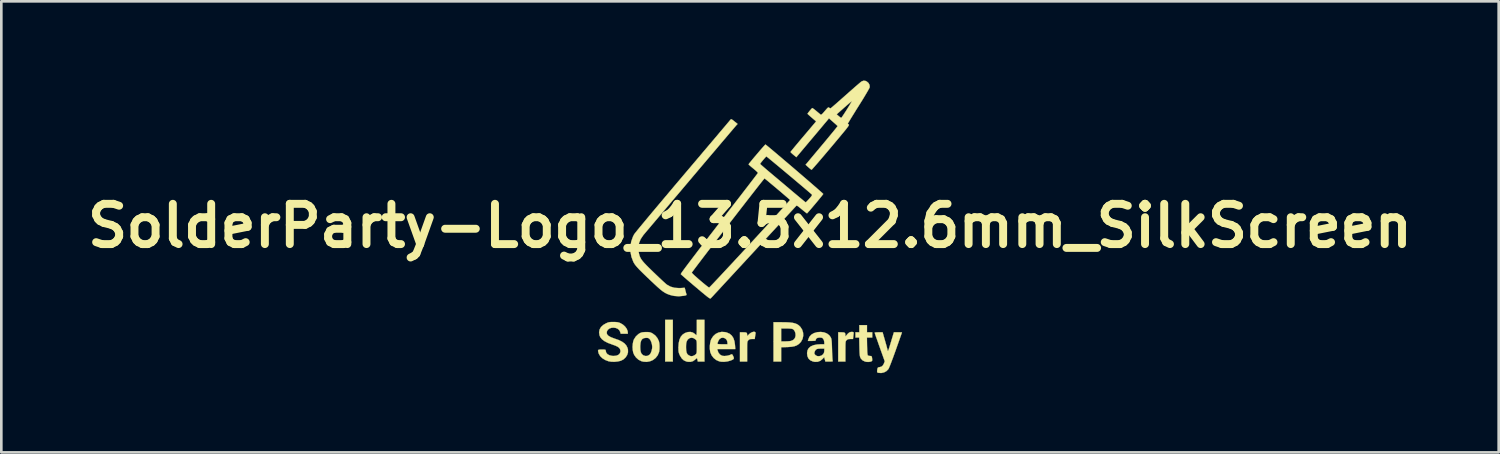
<source format=kicad_pcb>
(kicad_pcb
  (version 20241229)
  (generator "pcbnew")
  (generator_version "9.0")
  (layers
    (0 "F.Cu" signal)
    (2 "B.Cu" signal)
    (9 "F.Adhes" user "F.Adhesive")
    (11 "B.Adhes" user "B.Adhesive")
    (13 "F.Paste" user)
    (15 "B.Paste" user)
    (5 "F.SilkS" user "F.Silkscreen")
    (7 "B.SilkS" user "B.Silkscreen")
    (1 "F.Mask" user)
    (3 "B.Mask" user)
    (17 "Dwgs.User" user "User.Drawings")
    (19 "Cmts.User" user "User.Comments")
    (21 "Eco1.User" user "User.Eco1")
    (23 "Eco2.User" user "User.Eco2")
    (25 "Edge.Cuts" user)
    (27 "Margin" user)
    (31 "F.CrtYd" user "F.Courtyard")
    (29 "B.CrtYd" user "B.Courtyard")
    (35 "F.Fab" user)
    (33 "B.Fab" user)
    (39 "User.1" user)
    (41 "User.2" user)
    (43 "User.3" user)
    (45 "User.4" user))
  (footprint "SolderParty-Logo_13.5x12.6mm_SilkScreen"
    (layer "F.Cu")
    (at 25.335 5.498)
    (property "Reference" "SolderParty-Logo_13.5x12.6mm_SilkScreen" (at 0 0 0) (layer "F.SilkS") (effects (font (size 1.524 1.524) (thickness 0.3))))
    (attr through_hole)
    (fp_poly (pts (xy -2.921 5.134) (xy -3.211 5.134) (xy -3.211 3.556) (xy -2.921 3.556) (xy -2.921 5.134)) (stroke (width 0.01) (type solid)) (fill yes) (layer "F.SilkS"))
    (fp_poly (pts (xy 0.204 4.027) (xy 0.211 4.063) (xy 0.21 4.068) (xy 0.203 4.111) (xy 0.194 4.171) (xy 0.19 4.196) (xy 0.179 4.282) (xy 0.08 4.282) (xy 0.017 4.285) (xy -0.024 4.296) (xy -0.057 4.322) (xy -0.064 4.33) (xy -0.079 4.347) (xy -0.09 4.364) (xy -0.098 4.388) (xy -0.103 4.422) (xy -0.107 4.473) (xy -0.108 4.546) (xy -0.109 4.645) (xy -0.109 4.756) (xy -0.109 5.134) (xy -0.381 5.134) (xy -0.381 4.028) (xy -0.256 4.028) (xy -0.183 4.03) (xy -0.139 4.04) (xy -0.117 4.063) (xy -0.109 4.104) (xy -0.109 4.132) (xy -0.108 4.157) (xy -0.1 4.163) (xy -0.079 4.146) (xy -0.041 4.105) (xy 0.013 4.059) (xy 0.071 4.027) (xy 0.127 4.01) (xy 0.173 4.01) (xy 0.204 4.027)) (stroke (width 0.01) (type solid)) (fill yes) (layer "F.SilkS"))
    (fp_poly (pts (xy 3.912 4.024) (xy 3.925 4.046) (xy 3.921 4.078) (xy 3.915 4.133) (xy 3.91 4.177) (xy 3.898 4.282) (xy 3.799 4.282) (xy 3.734 4.285) (xy 3.691 4.298) (xy 3.656 4.325) (xy 3.655 4.326) (xy 3.64 4.342) (xy 3.629 4.358) (xy 3.621 4.381) (xy 3.616 4.415) (xy 3.613 4.464) (xy 3.611 4.536) (xy 3.611 4.633) (xy 3.61 4.753) (xy 3.61 5.134) (xy 3.338 5.134) (xy 3.338 4.028) (xy 3.463 4.028) (xy 3.536 4.03) (xy 3.579 4.042) (xy 3.602 4.069) (xy 3.609 4.117) (xy 3.61 4.153) (xy 3.612 4.176) (xy 3.622 4.176) (xy 3.644 4.15) (xy 3.663 4.124) (xy 3.706 4.076) (xy 3.753 4.038) (xy 3.77 4.029) (xy 3.824 4.014) (xy 3.875 4.013) (xy 3.912 4.024)) (stroke (width 0.01) (type solid)) (fill yes) (layer "F.SilkS"))
    (fp_poly (pts (xy 4.427 4.028) (xy 4.626 4.028) (xy 4.626 4.227) (xy 4.425 4.227) (xy 4.43 4.553) (xy 4.434 4.686) (xy 4.438 4.784) (xy 4.445 4.852) (xy 4.453 4.891) (xy 4.459 4.901) (xy 4.491 4.917) (xy 4.54 4.924) (xy 4.544 4.924) (xy 4.584 4.926) (xy 4.604 4.941) (xy 4.615 4.977) (xy 4.619 5.002) (xy 4.624 5.056) (xy 4.623 5.097) (xy 4.621 5.104) (xy 4.595 5.128) (xy 4.543 5.143) (xy 4.476 5.15) (xy 4.406 5.146) (xy 4.353 5.135) (xy 4.261 5.091) (xy 4.195 5.021) (xy 4.18 4.993) (xy 4.168 4.963) (xy 4.159 4.925) (xy 4.152 4.873) (xy 4.147 4.802) (xy 4.143 4.706) (xy 4.14 4.579) (xy 4.14 4.577) (xy 4.133 4.227) (xy 3.991 4.227) (xy 3.991 4.028) (xy 4.137 4.028) (xy 4.137 3.756) (xy 4.427 3.756) (xy 4.427 4.028)) (stroke (width 0.01) (type solid)) (fill yes) (layer "F.SilkS"))
    (fp_poly (pts (xy 1.364 3.649) (xy 1.504 3.656) (xy 1.616 3.67) (xy 1.707 3.692) (xy 1.781 3.722) (xy 1.843 3.762) (xy 1.897 3.814) (xy 1.909 3.827) (xy 1.974 3.929) (xy 2.009 4.043) (xy 2.014 4.161) (xy 1.989 4.276) (xy 1.934 4.38) (xy 1.903 4.418) (xy 1.839 4.478) (xy 1.769 4.523) (xy 1.687 4.554) (xy 1.586 4.574) (xy 1.458 4.585) (xy 1.411 4.587) (xy 1.179 4.594) (xy 1.179 5.134) (xy 0.889 5.134) (xy 0.889 3.883) (xy 1.179 3.883) (xy 1.179 4.372) (xy 1.329 4.372) (xy 1.41 4.37) (xy 1.487 4.364) (xy 1.545 4.356) (xy 1.551 4.355) (xy 1.624 4.323) (xy 1.674 4.282) (xy 1.711 4.218) (xy 1.725 4.141) (xy 1.718 4.06) (xy 1.692 3.986) (xy 1.649 3.928) (xy 1.604 3.9) (xy 1.567 3.893) (xy 1.503 3.887) (xy 1.424 3.883) (xy 1.369 3.883) (xy 1.179 3.883) (xy 0.889 3.883) (xy 0.889 3.647) (xy 1.194 3.647) (xy 1.364 3.649)) (stroke (width 0.01) (type solid)) (fill yes) (layer "F.SilkS"))
    (fp_poly (pts (xy -0.938 4.021) (xy -0.882 4.035) (xy -0.773 4.083) (xy -0.689 4.154) (xy -0.627 4.25) (xy -0.587 4.374) (xy -0.569 4.504) (xy -0.557 4.663) (xy -1.237 4.663) (xy -1.224 4.722) (xy -1.191 4.806) (xy -1.134 4.873) (xy -1.061 4.914) (xy -1.051 4.917) (xy -0.973 4.926) (xy -0.879 4.918) (xy -0.786 4.896) (xy -0.729 4.873) (xy -0.698 4.859) (xy -0.678 4.861) (xy -0.66 4.885) (xy -0.637 4.929) (xy -0.615 4.982) (xy -0.612 5.02) (xy -0.633 5.049) (xy -0.682 5.075) (xy -0.741 5.099) (xy -0.854 5.13) (xy -0.976 5.145) (xy -1.092 5.142) (xy -1.164 5.128) (xy -1.277 5.078) (xy -1.376 5) (xy -1.453 4.9) (xy -1.502 4.785) (xy -1.507 4.763) (xy -1.521 4.656) (xy -1.521 4.538) (xy -1.512 4.466) (xy -1.234 4.466) (xy -1.217 4.472) (xy -1.171 4.477) (xy -1.104 4.48) (xy -1.043 4.481) (xy -0.853 4.481) (xy -0.853 4.426) (xy -0.867 4.349) (xy -0.905 4.289) (xy -0.96 4.249) (xy -1.024 4.232) (xy -1.09 4.242) (xy -1.151 4.281) (xy -1.157 4.288) (xy -1.185 4.33) (xy -1.212 4.387) (xy -1.23 4.441) (xy -1.234 4.466) (xy -1.512 4.466) (xy -1.507 4.423) (xy -1.482 4.323) (xy -1.469 4.292) (xy -1.396 4.178) (xy -1.303 4.092) (xy -1.193 4.037) (xy -1.07 4.012) (xy -0.938 4.021)) (stroke (width 0.01) (type solid)) (fill yes) (layer "F.SilkS"))
    (fp_poly (pts (xy -3.857 4.02) (xy -3.8 4.026) (xy -3.754 4.039) (xy -3.704 4.063) (xy -3.683 4.075) (xy -3.583 4.15) (xy -3.503 4.25) (xy -3.449 4.364) (xy -3.445 4.379) (xy -3.431 4.46) (xy -3.425 4.56) (xy -3.427 4.664) (xy -3.438 4.754) (xy -3.445 4.784) (xy -3.495 4.901) (xy -3.572 4.999) (xy -3.67 5.075) (xy -3.784 5.125) (xy -3.908 5.148) (xy -4.037 5.14) (xy -4.118 5.118) (xy -4.222 5.064) (xy -4.313 4.982) (xy -4.384 4.882) (xy -4.42 4.795) (xy -4.439 4.695) (xy -4.444 4.585) (xy -4.155 4.585) (xy -4.149 4.7) (xy -4.131 4.785) (xy -4.099 4.847) (xy -4.049 4.892) (xy -4.028 4.904) (xy -3.946 4.927) (xy -3.867 4.916) (xy -3.798 4.872) (xy -3.789 4.863) (xy -3.754 4.808) (xy -3.725 4.73) (xy -3.706 4.644) (xy -3.701 4.581) (xy -3.71 4.493) (xy -3.734 4.404) (xy -3.768 4.328) (xy -3.792 4.293) (xy -3.828 4.258) (xy -3.865 4.242) (xy -3.917 4.238) (xy -3.935 4.238) (xy -4.015 4.249) (xy -4.076 4.282) (xy -4.118 4.339) (xy -4.143 4.424) (xy -4.154 4.54) (xy -4.155 4.585) (xy -4.444 4.585) (xy -4.444 4.58) (xy -4.437 4.465) (xy -4.417 4.362) (xy -4.394 4.299) (xy -4.321 4.186) (xy -4.224 4.096) (xy -4.165 4.059) (xy -4.115 4.038) (xy -4.058 4.026) (xy -3.981 4.02) (xy -3.937 4.019) (xy -3.857 4.02)) (stroke (width 0.01) (type solid)) (fill yes) (layer "F.SilkS"))
    (fp_poly (pts (xy 5.113 4.359) (xy 5.143 4.464) (xy 5.169 4.557) (xy 5.189 4.634) (xy 5.203 4.688) (xy 5.208 4.712) (xy 5.208 4.713) (xy 5.216 4.734) (xy 5.221 4.735) (xy 5.231 4.719) (xy 5.248 4.674) (xy 5.27 4.609) (xy 5.294 4.531) (xy 5.324 4.43) (xy 5.356 4.324) (xy 5.385 4.227) (xy 5.4 4.177) (xy 5.445 4.028) (xy 5.598 4.028) (xy 5.668 4.028) (xy 5.72 4.03) (xy 5.748 4.031) (xy 5.751 4.032) (xy 5.745 4.05) (xy 5.728 4.098) (xy 5.702 4.173) (xy 5.667 4.27) (xy 5.626 4.387) (xy 5.579 4.52) (xy 5.528 4.664) (xy 5.518 4.694) (xy 5.46 4.854) (xy 5.406 5.003) (xy 5.356 5.135) (xy 5.313 5.247) (xy 5.277 5.335) (xy 5.25 5.396) (xy 5.235 5.424) (xy 5.163 5.497) (xy 5.071 5.546) (xy 4.965 5.569) (xy 4.856 5.561) (xy 4.84 5.557) (xy 4.819 5.546) (xy 4.81 5.52) (xy 4.812 5.473) (xy 4.819 5.422) (xy 4.83 5.379) (xy 4.85 5.358) (xy 4.893 5.348) (xy 4.902 5.347) (xy 4.974 5.327) (xy 5.026 5.284) (xy 5.066 5.213) (xy 5.071 5.2) (xy 5.099 5.125) (xy 4.908 4.59) (xy 4.861 4.458) (xy 4.819 4.337) (xy 4.781 4.231) (xy 4.751 4.145) (xy 4.73 4.082) (xy 4.719 4.047) (xy 4.717 4.041) (xy 4.734 4.035) (xy 4.778 4.03) (xy 4.842 4.028) (xy 4.867 4.028) (xy 5.018 4.028) (xy 5.113 4.359)) (stroke (width 0.01) (type solid)) (fill yes) (layer "F.SilkS"))
    (fp_poly (pts (xy -1.724 5.134) (xy -1.976 5.134) (xy -1.988 5.071) (xy -1.999 5.029) (xy -2.011 5.008) (xy -2.012 5.007) (xy -2.032 5.019) (xy -2.065 5.049) (xy -2.077 5.062) (xy -2.157 5.12) (xy -2.253 5.147) (xy -2.363 5.143) (xy -2.413 5.131) (xy -2.506 5.089) (xy -2.583 5.018) (xy -2.647 4.916) (xy -2.655 4.901) (xy -2.681 4.841) (xy -2.697 4.792) (xy -2.706 4.741) (xy -2.709 4.675) (xy -2.709 4.599) (xy -2.709 4.59) (xy -2.421 4.59) (xy -2.417 4.705) (xy -2.402 4.79) (xy -2.374 4.85) (xy -2.33 4.891) (xy -2.298 4.908) (xy -2.255 4.927) (xy -2.225 4.933) (xy -2.191 4.929) (xy -2.162 4.924) (xy -2.109 4.902) (xy -2.06 4.867) (xy -2.059 4.867) (xy -2.041 4.846) (xy -2.028 4.825) (xy -2.02 4.795) (xy -2.016 4.751) (xy -2.014 4.684) (xy -2.014 4.588) (xy -2.014 4.582) (xy -2.014 4.485) (xy -2.016 4.417) (xy -2.02 4.372) (xy -2.027 4.342) (xy -2.04 4.321) (xy -2.058 4.302) (xy -2.064 4.297) (xy -2.137 4.248) (xy -2.214 4.233) (xy -2.287 4.249) (xy -2.35 4.296) (xy -2.381 4.342) (xy -2.401 4.387) (xy -2.413 4.436) (xy -2.419 4.5) (xy -2.421 4.589) (xy -2.421 4.59) (xy -2.709 4.59) (xy -2.699 4.437) (xy -2.669 4.303) (xy -2.62 4.196) (xy -2.55 4.114) (xy -2.462 4.056) (xy -2.358 4.02) (xy -2.257 4.013) (xy -2.166 4.036) (xy -2.09 4.087) (xy -2.079 4.098) (xy -2.049 4.126) (xy -2.029 4.137) (xy -2.024 4.119) (xy -2.02 4.072) (xy -2.016 4.001) (xy -2.014 3.911) (xy -2.014 3.846) (xy -2.014 3.556) (xy -1.724 3.556) (xy -1.724 5.134)) (stroke (width 0.01) (type solid)) (fill yes) (layer "F.SilkS"))
    (fp_poly (pts (xy 2.804 4.031) (xy 2.912 4.074) (xy 2.999 4.14) (xy 3.055 4.218) (xy 3.068 4.246) (xy 3.078 4.277) (xy 3.085 4.318) (xy 3.091 4.373) (xy 3.096 4.448) (xy 3.1 4.549) (xy 3.104 4.68) (xy 3.104 4.681) (xy 3.107 4.798) (xy 3.112 4.904) (xy 3.117 4.993) (xy 3.122 5.059) (xy 3.127 5.097) (xy 3.128 5.103) (xy 3.132 5.118) (xy 3.122 5.128) (xy 3.091 5.133) (xy 3.033 5.134) (xy 2.998 5.134) (xy 2.853 5.134) (xy 2.807 4.97) (xy 2.748 5.034) (xy 2.661 5.106) (xy 2.562 5.144) (xy 2.452 5.147) (xy 2.379 5.132) (xy 2.282 5.088) (xy 2.213 5.021) (xy 2.172 4.931) (xy 2.159 4.82) (xy 2.163 4.794) (xy 2.435 4.794) (xy 2.438 4.84) (xy 2.469 4.884) (xy 2.476 4.89) (xy 2.535 4.926) (xy 2.61 4.934) (xy 2.688 4.915) (xy 2.703 4.908) (xy 2.769 4.858) (xy 2.804 4.789) (xy 2.812 4.722) (xy 2.812 4.645) (xy 2.684 4.645) (xy 2.596 4.648) (xy 2.536 4.66) (xy 2.495 4.684) (xy 2.465 4.724) (xy 2.459 4.735) (xy 2.435 4.794) (xy 2.163 4.794) (xy 2.174 4.715) (xy 2.221 4.629) (xy 2.297 4.563) (xy 2.403 4.516) (xy 2.539 4.489) (xy 2.677 4.481) (xy 2.812 4.481) (xy 2.812 4.417) (xy 2.803 4.35) (xy 2.779 4.29) (xy 2.745 4.248) (xy 2.73 4.239) (xy 2.694 4.231) (xy 2.64 4.228) (xy 2.623 4.227) (xy 2.553 4.239) (xy 2.506 4.27) (xy 2.486 4.318) (xy 2.486 4.324) (xy 2.481 4.339) (xy 2.461 4.348) (xy 2.42 4.353) (xy 2.351 4.354) (xy 2.338 4.354) (xy 2.191 4.354) (xy 2.204 4.304) (xy 2.246 4.202) (xy 2.318 4.12) (xy 2.417 4.06) (xy 2.542 4.024) (xy 2.546 4.023) (xy 2.68 4.014) (xy 2.804 4.031)) (stroke (width 0.01) (type solid)) (fill yes) (layer "F.SilkS"))
    (fp_poly (pts (xy -5.079 3.64) (xy -5.011 3.647) (xy -4.956 3.661) (xy -4.908 3.68) (xy -4.81 3.737) (xy -4.728 3.811) (xy -4.667 3.894) (xy -4.632 3.98) (xy -4.626 4.027) (xy -4.626 4.082) (xy -4.893 4.082) (xy -4.915 4.009) (xy -4.951 3.942) (xy -5.01 3.893) (xy -5.084 3.863) (xy -5.166 3.852) (xy -5.247 3.859) (xy -5.321 3.885) (xy -5.379 3.93) (xy -5.415 3.994) (xy -5.418 4.003) (xy -5.422 4.065) (xy -5.4 4.119) (xy -5.349 4.168) (xy -5.267 4.213) (xy -5.151 4.257) (xy -5.126 4.266) (xy -4.967 4.322) (xy -4.842 4.384) (xy -4.747 4.452) (xy -4.68 4.529) (xy -4.636 4.618) (xy -4.619 4.684) (xy -4.618 4.787) (xy -4.649 4.887) (xy -4.707 4.977) (xy -4.787 5.052) (xy -4.887 5.104) (xy -4.891 5.105) (xy -4.999 5.131) (xy -5.121 5.144) (xy -5.242 5.143) (xy -5.346 5.126) (xy -5.352 5.125) (xy -5.478 5.077) (xy -5.586 5.011) (xy -5.669 4.931) (xy -5.722 4.842) (xy -5.732 4.813) (xy -5.748 4.75) (xy -5.751 4.711) (xy -5.734 4.691) (xy -5.692 4.682) (xy -5.621 4.681) (xy -5.606 4.681) (xy -5.534 4.681) (xy -5.491 4.685) (xy -5.469 4.693) (xy -5.462 4.707) (xy -5.461 4.722) (xy -5.444 4.795) (xy -5.397 4.854) (xy -5.323 4.896) (xy -5.225 4.92) (xy -5.161 4.924) (xy -5.06 4.913) (xy -4.981 4.881) (xy -4.928 4.83) (xy -4.904 4.764) (xy -4.906 4.709) (xy -4.924 4.656) (xy -4.959 4.611) (xy -5.015 4.571) (xy -5.097 4.532) (xy -5.211 4.492) (xy -5.217 4.489) (xy -5.379 4.429) (xy -5.507 4.363) (xy -5.602 4.291) (xy -5.666 4.212) (xy -5.696 4.142) (xy -5.712 4.027) (xy -5.693 3.923) (xy -5.64 3.83) (xy -5.554 3.75) (xy -5.466 3.698) (xy -5.405 3.669) (xy -5.355 3.651) (xy -5.303 3.642) (xy -5.237 3.638) (xy -5.171 3.638) (xy -5.079 3.64)) (stroke (width 0.01) (type solid)) (fill yes) (layer "F.SilkS"))
    (fp_poly (pts (xy -0.698 -4.032) (xy -0.663 -4.011) (xy -0.61 -3.97) (xy -0.592 -3.955) (xy -0.471 -3.858) (xy -0.514 -3.811) (xy -0.53 -3.793) (xy -0.568 -3.748) (xy -0.626 -3.68) (xy -0.703 -3.59) (xy -0.797 -3.479) (xy -0.906 -3.35) (xy -1.03 -3.205) (xy -1.165 -3.045) (xy -1.311 -2.872) (xy -1.467 -2.689) (xy -1.63 -2.497) (xy -1.799 -2.297) (xy -1.972 -2.093) (xy -2.148 -1.885) (xy -2.325 -1.675) (xy -2.502 -1.467) (xy -2.676 -1.26) (xy -2.848 -1.058) (xy -3.014 -0.862) (xy -3.173 -0.673) (xy -3.324 -0.495) (xy -3.464 -0.328) (xy -3.594 -0.175) (xy -3.71 -0.038) (xy -3.811 0.082) (xy -3.897 0.183) (xy -3.964 0.263) (xy -4.012 0.32) (xy -4.038 0.352) (xy -4.04 0.354) (xy -4.137 0.498) (xy -4.2 0.65) (xy -4.226 0.809) (xy -4.217 0.975) (xy -4.199 1.061) (xy -4.183 1.12) (xy -4.163 1.174) (xy -4.138 1.226) (xy -4.104 1.28) (xy -4.06 1.338) (xy -4.001 1.406) (xy -3.926 1.485) (xy -3.831 1.581) (xy -3.713 1.696) (xy -3.65 1.757) (xy -3.543 1.86) (xy -3.441 1.957) (xy -3.347 2.045) (xy -3.266 2.12) (xy -3.201 2.179) (xy -3.155 2.217) (xy -3.142 2.228) (xy -3.008 2.301) (xy -2.855 2.344) (xy -2.684 2.355) (xy -2.639 2.354) (xy -2.471 2.344) (xy -2.443 2.457) (xy -2.426 2.521) (xy -2.411 2.573) (xy -2.403 2.599) (xy -2.404 2.615) (xy -2.427 2.629) (xy -2.477 2.641) (xy -2.509 2.647) (xy -2.696 2.665) (xy -2.875 2.651) (xy -2.972 2.63) (xy -3.063 2.603) (xy -3.146 2.57) (xy -3.226 2.528) (xy -3.309 2.473) (xy -3.4 2.401) (xy -3.505 2.309) (xy -3.601 2.22) (xy -3.764 2.067) (xy -3.903 1.935) (xy -4.019 1.823) (xy -4.115 1.728) (xy -4.194 1.649) (xy -4.257 1.581) (xy -4.307 1.524) (xy -4.347 1.474) (xy -4.377 1.43) (xy -4.402 1.388) (xy -4.416 1.361) (xy -4.488 1.172) (xy -4.525 0.979) (xy -4.528 0.784) (xy -4.496 0.593) (xy -4.43 0.408) (xy -4.386 0.322) (xy -4.368 0.297) (xy -4.327 0.245) (xy -4.266 0.169) (xy -4.185 0.07) (xy -4.086 -0.05) (xy -3.97 -0.189) (xy -3.839 -0.347) (xy -3.693 -0.522) (xy -3.534 -0.711) (xy -3.364 -0.913) (xy -3.184 -1.127) (xy -2.995 -1.351) (xy -2.799 -1.584) (xy -2.596 -1.823) (xy -2.54 -1.89) (xy -2.337 -2.129) (xy -2.14 -2.362) (xy -1.95 -2.585) (xy -1.77 -2.799) (xy -1.599 -3) (xy -1.44 -3.188) (xy -1.294 -3.36) (xy -1.162 -3.517) (xy -1.045 -3.655) (xy -0.944 -3.774) (xy -0.862 -3.872) (xy -0.798 -3.947) (xy -0.756 -3.998) (xy -0.734 -4.023) (xy -0.732 -4.025) (xy -0.719 -4.036) (xy -0.698 -4.032)) (stroke (width 0.01) (type solid)) (fill yes) (layer "F.SilkS"))
    (fp_poly (pts (xy 4.364 -5.488) (xy 4.421 -5.462) (xy 4.485 -5.406) (xy 4.523 -5.334) (xy 4.531 -5.257) (xy 4.53 -5.249) (xy 4.518 -5.219) (xy 4.487 -5.161) (xy 4.44 -5.078) (xy 4.378 -4.973) (xy 4.303 -4.847) (xy 4.215 -4.705) (xy 4.117 -4.548) (xy 4.11 -4.537) (xy 4.023 -4.399) (xy 3.943 -4.269) (xy 3.87 -4.152) (xy 3.808 -4.051) (xy 3.759 -3.969) (xy 3.723 -3.91) (xy 3.704 -3.876) (xy 3.701 -3.869) (xy 3.716 -3.849) (xy 3.738 -3.835) (xy 3.744 -3.83) (xy 3.745 -3.82) (xy 3.738 -3.803) (xy 3.722 -3.777) (xy 3.696 -3.74) (xy 3.658 -3.69) (xy 3.607 -3.625) (xy 3.54 -3.543) (xy 3.456 -3.442) (xy 3.354 -3.319) (xy 3.232 -3.174) (xy 3.089 -3.003) (xy 3.063 -2.972) (xy 2.935 -2.821) (xy 2.815 -2.679) (xy 2.703 -2.548) (xy 2.602 -2.43) (xy 2.514 -2.328) (xy 2.441 -2.244) (xy 2.385 -2.181) (xy 2.348 -2.14) (xy 2.332 -2.124) (xy 2.331 -2.124) (xy 2.31 -2.135) (xy 2.27 -2.165) (xy 2.22 -2.208) (xy 2.208 -2.218) (xy 2.104 -2.313) (xy 2.712 -3.039) (xy 2.828 -3.178) (xy 2.937 -3.309) (xy 3.037 -3.43) (xy 3.124 -3.536) (xy 3.198 -3.626) (xy 3.256 -3.698) (xy 3.295 -3.748) (xy 3.314 -3.774) (xy 3.315 -3.777) (xy 3.301 -3.792) (xy 3.264 -3.827) (xy 3.211 -3.875) (xy 3.149 -3.929) (xy 2.988 -4.07) (xy 2.95 -4.023) (xy 2.931 -4) (xy 2.891 -3.952) (xy 2.832 -3.883) (xy 2.758 -3.794) (xy 2.67 -3.689) (xy 2.57 -3.57) (xy 2.462 -3.441) (xy 2.347 -3.305) (xy 2.332 -3.288) (xy 1.753 -2.599) (xy 1.643 -2.69) (xy 1.591 -2.735) (xy 1.553 -2.771) (xy 1.534 -2.793) (xy 1.533 -2.795) (xy 1.544 -2.812) (xy 1.577 -2.853) (xy 1.628 -2.915) (xy 1.695 -2.997) (xy 1.776 -3.094) (xy 1.868 -3.204) (xy 1.969 -3.324) (xy 2.018 -3.381) (xy 2.502 -3.954) (xy 2.34 -4.093) (xy 2.276 -4.148) (xy 2.224 -4.195) (xy 2.189 -4.228) (xy 2.177 -4.243) (xy 2.188 -4.263) (xy 2.216 -4.301) (xy 2.254 -4.348) (xy 2.294 -4.395) (xy 2.329 -4.435) (xy 2.352 -4.457) (xy 2.355 -4.459) (xy 2.375 -4.45) (xy 2.415 -4.422) (xy 2.469 -4.38) (xy 2.505 -4.35) (xy 2.567 -4.298) (xy 2.62 -4.254) (xy 2.658 -4.222) (xy 2.669 -4.213) (xy 2.685 -4.207) (xy 2.705 -4.213) (xy 2.714 -4.221) (xy 3.279 -4.221) (xy 3.359 -4.152) (xy 3.404 -4.116) (xy 3.439 -4.093) (xy 3.454 -4.088) (xy 3.468 -4.104) (xy 3.498 -4.146) (xy 3.541 -4.21) (xy 3.594 -4.291) (xy 3.653 -4.383) (xy 3.667 -4.405) (xy 3.725 -4.499) (xy 3.776 -4.581) (xy 3.815 -4.648) (xy 3.841 -4.695) (xy 3.851 -4.716) (xy 3.85 -4.717) (xy 3.833 -4.706) (xy 3.794 -4.673) (xy 3.736 -4.624) (xy 3.663 -4.561) (xy 3.58 -4.489) (xy 3.558 -4.469) (xy 3.279 -4.221) (xy 2.714 -4.221) (xy 2.733 -4.236) (xy 2.774 -4.28) (xy 2.83 -4.345) (xy 2.888 -4.412) (xy 2.927 -4.455) (xy 2.954 -4.478) (xy 2.972 -4.484) (xy 2.987 -4.477) (xy 2.995 -4.471) (xy 3.029 -4.451) (xy 3.052 -4.45) (xy 3.07 -4.464) (xy 3.112 -4.499) (xy 3.176 -4.554) (xy 3.257 -4.624) (xy 3.353 -4.709) (xy 3.461 -4.804) (xy 3.579 -4.908) (xy 3.619 -4.944) (xy 3.74 -5.051) (xy 3.855 -5.152) (xy 3.959 -5.244) (xy 4.051 -5.323) (xy 4.126 -5.387) (xy 4.181 -5.434) (xy 4.213 -5.46) (xy 4.218 -5.463) (xy 4.291 -5.493) (xy 4.364 -5.488)) (stroke (width 0.01) (type solid)) (fill yes) (layer "F.SilkS"))
    (fp_poly (pts (xy 0.603 -3.066) (xy 0.646 -3.032) (xy 0.711 -2.979) (xy 0.795 -2.908) (xy 0.897 -2.823) (xy 1.013 -2.725) (xy 1.141 -2.617) (xy 1.278 -2.5) (xy 1.423 -2.377) (xy 1.571 -2.251) (xy 1.722 -2.122) (xy 1.871 -1.994) (xy 2.018 -1.868) (xy 2.159 -1.747) (xy 2.291 -1.633) (xy 2.412 -1.528) (xy 2.52 -1.434) (xy 2.612 -1.353) (xy 2.686 -1.288) (xy 2.738 -1.241) (xy 2.767 -1.213) (xy 2.772 -1.207) (xy 2.759 -1.188) (xy 2.727 -1.146) (xy 2.679 -1.086) (xy 2.619 -1.013) (xy 2.551 -0.93) (xy 2.478 -0.843) (xy 2.404 -0.756) (xy 2.334 -0.673) (xy 2.27 -0.598) (xy 2.217 -0.538) (xy 2.179 -0.495) (xy 2.158 -0.474) (xy 2.156 -0.473) (xy 2.139 -0.483) (xy 2.099 -0.513) (xy 2.042 -0.558) (xy 1.975 -0.613) (xy 1.958 -0.627) (xy 1.883 -0.689) (xy 1.83 -0.731) (xy 1.795 -0.755) (xy 1.772 -0.765) (xy 1.756 -0.762) (xy 1.742 -0.75) (xy 1.741 -0.749) (xy 1.726 -0.732) (xy 1.686 -0.69) (xy 1.626 -0.624) (xy 1.545 -0.537) (xy 1.446 -0.429) (xy 1.329 -0.303) (xy 1.197 -0.16) (xy 1.05 -0.001) (xy 0.891 0.171) (xy 0.72 0.356) (xy 0.54 0.551) (xy 0.352 0.754) (xy 0.157 0.966) (xy 0.127 0.998) (xy -0.069 1.21) (xy -0.258 1.415) (xy -0.44 1.611) (xy -0.611 1.797) (xy -0.772 1.971) (xy -0.921 2.132) (xy -1.055 2.277) (xy -1.174 2.406) (xy -1.276 2.516) (xy -1.36 2.606) (xy -1.423 2.675) (xy -1.466 2.72) (xy -1.485 2.741) (xy -1.486 2.742) (xy -1.495 2.748) (xy -1.508 2.748) (xy -1.527 2.741) (xy -1.555 2.724) (xy -1.595 2.696) (xy -1.649 2.654) (xy -1.72 2.596) (xy -1.811 2.521) (xy -1.924 2.426) (xy -2.059 2.312) (xy -2.18 2.21) (xy -2.292 2.114) (xy -2.393 2.028) (xy -2.479 1.954) (xy -2.547 1.894) (xy -2.594 1.852) (xy -2.618 1.83) (xy -2.619 1.827) (xy -2.614 1.814) (xy -2.594 1.781) (xy -2.586 1.77) (xy -2.204 1.77) (xy -2.191 1.789) (xy -2.154 1.827) (xy -2.099 1.88) (xy -2.029 1.942) (xy -1.951 2.012) (xy -1.868 2.083) (xy -1.785 2.153) (xy -1.708 2.217) (xy -1.64 2.271) (xy -1.587 2.311) (xy -1.554 2.332) (xy -1.546 2.335) (xy -1.531 2.321) (xy -1.492 2.283) (xy -1.433 2.221) (xy -1.353 2.137) (xy -1.255 2.033) (xy -1.139 1.91) (xy -1.009 1.77) (xy -0.864 1.615) (xy -0.706 1.446) (xy -0.538 1.264) (xy -0.36 1.073) (xy -0.174 0.872) (xy 0.001 0.682) (xy 0.192 0.475) (xy 0.376 0.275) (xy 0.552 0.084) (xy 0.718 -0.097) (xy 0.872 -0.266) (xy 1.013 -0.42) (xy 1.14 -0.56) (xy 1.251 -0.682) (xy 1.344 -0.786) (xy 1.418 -0.869) (xy 1.473 -0.93) (xy 1.505 -0.968) (xy 1.514 -0.981) (xy 1.498 -0.997) (xy 1.458 -1.033) (xy 1.398 -1.085) (xy 1.322 -1.15) (xy 1.235 -1.225) (xy 1.139 -1.307) (xy 1.039 -1.391) (xy 0.939 -1.475) (xy 0.842 -1.556) (xy 0.753 -1.63) (xy 0.676 -1.695) (xy 0.613 -1.746) (xy 0.57 -1.78) (xy 0.549 -1.795) (xy 0.548 -1.796) (xy 0.535 -1.781) (xy 0.502 -1.741) (xy 0.449 -1.675) (xy 0.379 -1.587) (xy 0.294 -1.479) (xy 0.195 -1.352) (xy 0.084 -1.21) (xy -0.038 -1.053) (xy -0.169 -0.885) (xy -0.307 -0.707) (xy -0.451 -0.521) (xy -0.6 -0.329) (xy -0.75 -0.134) (xy -0.902 0.062) (xy -1.052 0.257) (xy -1.201 0.45) (xy -1.345 0.637) (xy -1.483 0.817) (xy -1.615 0.988) (xy -1.737 1.148) (xy -1.848 1.294) (xy -1.948 1.425) (xy -2.033 1.538) (xy -2.103 1.631) (xy -2.156 1.702) (xy -2.19 1.748) (xy -2.204 1.769) (xy -2.204 1.77) (xy -2.586 1.77) (xy -2.558 1.728) (xy -2.505 1.655) (xy -2.434 1.559) (xy -2.346 1.442) (xy -2.24 1.301) (xy -2.114 1.136) (xy -1.97 0.946) (xy -1.805 0.731) (xy -1.619 0.49) (xy -1.412 0.222) (xy -1.184 -0.074) (xy -1.171 -0.09) (xy -0.992 -0.321) (xy -0.82 -0.544) (xy -0.655 -0.758) (xy -0.499 -0.961) (xy -0.352 -1.15) (xy -0.218 -1.325) (xy -0.095 -1.484) (xy 0.013 -1.625) (xy 0.106 -1.746) (xy 0.182 -1.846) (xy 0.241 -1.923) (xy 0.28 -1.975) (xy 0.299 -2.001) (xy 0.3 -2.003) (xy 0.289 -2.021) (xy 0.255 -2.057) (xy 0.202 -2.105) (xy 0.136 -2.161) (xy 0.127 -2.168) (xy 0.059 -2.224) (xy 0.003 -2.272) (xy -0.036 -2.308) (xy -0.053 -2.327) (xy -0.053 -2.328) (xy -0.043 -2.346) (xy -0.042 -2.346) (xy 0.382 -2.346) (xy 0.396 -2.331) (xy 0.434 -2.296) (xy 0.493 -2.244) (xy 0.569 -2.178) (xy 0.659 -2.101) (xy 0.759 -2.017) (xy 0.773 -2.005) (xy 0.891 -1.906) (xy 1.029 -1.79) (xy 1.179 -1.664) (xy 1.332 -1.535) (xy 1.481 -1.409) (xy 1.618 -1.293) (xy 1.629 -1.284) (xy 1.74 -1.191) (xy 1.843 -1.105) (xy 1.933 -1.03) (xy 2.008 -0.968) (xy 2.064 -0.922) (xy 2.098 -0.896) (xy 2.107 -0.89) (xy 2.124 -0.902) (xy 2.158 -0.936) (xy 2.206 -0.986) (xy 2.242 -1.026) (xy 2.298 -1.09) (xy 2.331 -1.133) (xy 2.346 -1.16) (xy 2.346 -1.178) (xy 2.339 -1.187) (xy 2.304 -1.218) (xy 2.247 -1.268) (xy 2.17 -1.334) (xy 2.076 -1.414) (xy 1.969 -1.505) (xy 1.85 -1.605) (xy 1.723 -1.712) (xy 1.592 -1.823) (xy 1.457 -1.935) (xy 1.324 -2.047) (xy 1.193 -2.156) (xy 1.07 -2.259) (xy 0.955 -2.354) (xy 0.853 -2.439) (xy 0.765 -2.511) (xy 0.696 -2.568) (xy 0.647 -2.607) (xy 0.622 -2.626) (xy 0.619 -2.627) (xy 0.6 -2.611) (xy 0.565 -2.574) (xy 0.522 -2.525) (xy 0.476 -2.47) (xy 0.433 -2.418) (xy 0.4 -2.375) (xy 0.383 -2.349) (xy 0.382 -2.346) (xy -0.042 -2.346) (xy -0.012 -2.386) (xy 0.036 -2.445) (xy 0.095 -2.518) (xy 0.164 -2.6) (xy 0.238 -2.687) (xy 0.313 -2.775) (xy 0.385 -2.86) (xy 0.452 -2.937) (xy 0.509 -3.001) (xy 0.552 -3.048) (xy 0.579 -3.075) (xy 0.584 -3.079) (xy 0.603 -3.066)) (stroke (width 0.01) (type solid)) (fill yes) (layer "F.SilkS")))
  (gr_rect
    (start -3 -3)
    (end 53.669 14.072)
    (stroke (width 0.1) (type default))
    (fill no)
    (layer "Edge.Cuts")))
</source>
